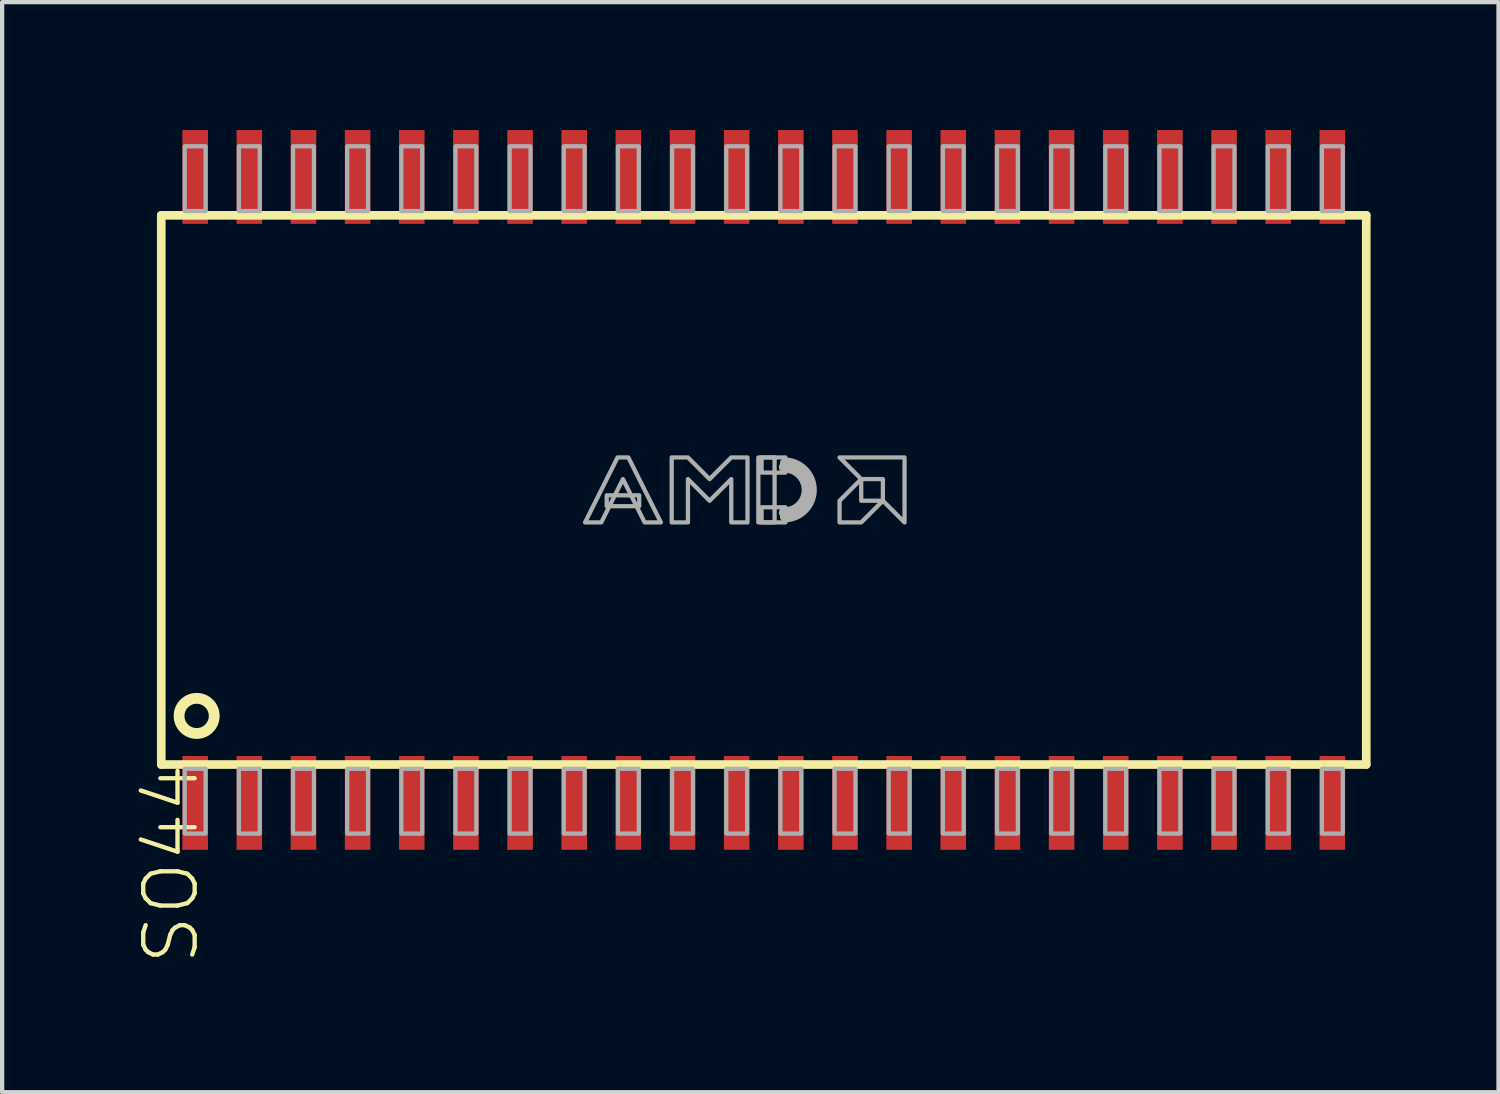
<source format=kicad_pcb>
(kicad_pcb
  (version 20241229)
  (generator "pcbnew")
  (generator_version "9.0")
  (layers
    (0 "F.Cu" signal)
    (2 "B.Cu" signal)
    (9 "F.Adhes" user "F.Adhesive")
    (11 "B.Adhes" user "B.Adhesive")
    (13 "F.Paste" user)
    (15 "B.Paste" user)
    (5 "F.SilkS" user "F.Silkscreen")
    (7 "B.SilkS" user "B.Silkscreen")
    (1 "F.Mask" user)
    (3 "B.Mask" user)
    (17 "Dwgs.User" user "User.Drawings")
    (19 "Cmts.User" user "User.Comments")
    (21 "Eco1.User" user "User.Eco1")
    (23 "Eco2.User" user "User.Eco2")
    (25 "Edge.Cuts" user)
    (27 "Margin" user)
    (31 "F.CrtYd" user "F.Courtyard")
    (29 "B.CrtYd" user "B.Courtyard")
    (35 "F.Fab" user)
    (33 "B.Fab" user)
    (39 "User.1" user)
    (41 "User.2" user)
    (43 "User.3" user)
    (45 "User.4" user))
  (footprint "SO44"
    (layer "F.Cu")
    (at 14.862 8.44)
    (property "Reference" "SO44" (at -14.605 6.35 90) (layer "F.SilkS") (effects (font (size 1.206 1.206) (thickness 0.102)) (justify right top)))
    (attr smd)
    (fp_line (start -14.13 -6.44) (end 14.13 -6.44) (stroke (width 0.203) (type solid)) (layer "F.SilkS"))
    (fp_line (start -14.13 6.44) (end -14.13 -6.44) (stroke (width 0.203) (type solid)) (layer "F.SilkS"))
    (fp_line (start 14.13 -6.44) (end 14.13 6.44) (stroke (width 0.203) (type solid)) (layer "F.SilkS"))
    (fp_line (start 14.13 6.44) (end -14.13 6.44) (stroke (width 0.203) (type solid)) (layer "F.SilkS"))
    (fp_circle (center -13.3 5.3) (end -12.888 5.3) (stroke (width 0.254) (type solid)) (fill no) (layer "F.SilkS"))
    (fp_arc (start 0.482598 -0.7366) (mid 1.219199 -0.000001) (end 0.4826 0.7366) (stroke (width 0.0508) (type solid)) (layer "F.Fab"))
    (fp_arc (start 0.482598 -0.635) (mid 1.117599 -0.000001) (end 0.4826 0.635) (stroke (width 0.2032) (type solid)) (layer "F.Fab"))
    (fp_arc (start 0.482598 -0.5334) (mid 1.015999 -0.000001) (end 0.4826 0.5334) (stroke (width 0.254) (type solid)) (layer "F.Fab"))
    (fp_poly (pts (xy -13.58 -6.54) (xy -13.09 -6.54) (xy -13.09 -8.06) (xy -13.58 -8.06)) (stroke (width 0.1) (type solid)) (fill no) (layer "F.Fab"))
    (fp_poly (pts (xy -13.58 8.06) (xy -13.09 8.06) (xy -13.09 6.54) (xy -13.58 6.54)) (stroke (width 0.1) (type solid)) (fill no) (layer "F.Fab"))
    (fp_poly (pts (xy -12.31 -6.54) (xy -11.82 -6.54) (xy -11.82 -8.06) (xy -12.31 -8.06)) (stroke (width 0.1) (type solid)) (fill no) (layer "F.Fab"))
    (fp_poly (pts (xy -12.31 8.06) (xy -11.82 8.06) (xy -11.82 6.54) (xy -12.31 6.54)) (stroke (width 0.1) (type solid)) (fill no) (layer "F.Fab"))
    (fp_poly (pts (xy -11.04 -6.54) (xy -10.55 -6.54) (xy -10.55 -8.06) (xy -11.04 -8.06)) (stroke (width 0.1) (type solid)) (fill no) (layer "F.Fab"))
    (fp_poly (pts (xy -11.04 8.06) (xy -10.55 8.06) (xy -10.55 6.54) (xy -11.04 6.54)) (stroke (width 0.1) (type solid)) (fill no) (layer "F.Fab"))
    (fp_poly (pts (xy -9.77 -6.54) (xy -9.28 -6.54) (xy -9.28 -8.06) (xy -9.77 -8.06)) (stroke (width 0.1) (type solid)) (fill no) (layer "F.Fab"))
    (fp_poly (pts (xy -9.77 8.06) (xy -9.28 8.06) (xy -9.28 6.54) (xy -9.77 6.54)) (stroke (width 0.1) (type solid)) (fill no) (layer "F.Fab"))
    (fp_poly (pts (xy -8.5 -6.54) (xy -8.01 -6.54) (xy -8.01 -8.06) (xy -8.5 -8.06)) (stroke (width 0.1) (type solid)) (fill no) (layer "F.Fab"))
    (fp_poly (pts (xy -8.5 8.06) (xy -8.01 8.06) (xy -8.01 6.54) (xy -8.5 6.54)) (stroke (width 0.1) (type solid)) (fill no) (layer "F.Fab"))
    (fp_poly (pts (xy -7.23 -6.54) (xy -6.74 -6.54) (xy -6.74 -8.06) (xy -7.23 -8.06)) (stroke (width 0.1) (type solid)) (fill no) (layer "F.Fab"))
    (fp_poly (pts (xy -7.23 8.06) (xy -6.74 8.06) (xy -6.74 6.54) (xy -7.23 6.54)) (stroke (width 0.1) (type solid)) (fill no) (layer "F.Fab"))
    (fp_poly (pts (xy -5.96 -6.54) (xy -5.47 -6.54) (xy -5.47 -8.06) (xy -5.96 -8.06)) (stroke (width 0.1) (type solid)) (fill no) (layer "F.Fab"))
    (fp_poly (pts (xy -5.96 8.06) (xy -5.47 8.06) (xy -5.47 6.54) (xy -5.96 6.54)) (stroke (width 0.1) (type solid)) (fill no) (layer "F.Fab"))
    (fp_poly (pts (xy -4.69 -6.54) (xy -4.2 -6.54) (xy -4.2 -8.06) (xy -4.69 -8.06)) (stroke (width 0.1) (type solid)) (fill no) (layer "F.Fab"))
    (fp_poly (pts (xy -4.69 8.06) (xy -4.2 8.06) (xy -4.2 6.54) (xy -4.69 6.54)) (stroke (width 0.1) (type solid)) (fill no) (layer "F.Fab"))
    (fp_poly (pts (xy -3.683 0.381) (xy -2.921 0.381) (xy -2.921 0.127) (xy -3.683 0.127)) (stroke (width 0.1) (type solid)) (fill no) (layer "F.Fab"))
    (fp_poly (pts (xy -3.42 -6.54) (xy -2.93 -6.54) (xy -2.93 -8.06) (xy -3.42 -8.06)) (stroke (width 0.1) (type solid)) (fill no) (layer "F.Fab"))
    (fp_poly (pts (xy -3.42 8.06) (xy -2.93 8.06) (xy -2.93 6.54) (xy -3.42 6.54)) (stroke (width 0.1) (type solid)) (fill no) (layer "F.Fab"))
    (fp_poly (pts (xy -2.15 -6.54) (xy -1.66 -6.54) (xy -1.66 -8.06) (xy -2.15 -8.06)) (stroke (width 0.1) (type solid)) (fill no) (layer "F.Fab"))
    (fp_poly (pts (xy -2.15 8.06) (xy -1.66 8.06) (xy -1.66 6.54) (xy -2.15 6.54)) (stroke (width 0.1) (type solid)) (fill no) (layer "F.Fab"))
    (fp_poly (pts (xy -0.88 -6.54) (xy -0.39 -6.54) (xy -0.39 -8.06) (xy -0.88 -8.06)) (stroke (width 0.1) (type solid)) (fill no) (layer "F.Fab"))
    (fp_poly (pts (xy -0.88 8.06) (xy -0.39 8.06) (xy -0.39 6.54) (xy -0.88 6.54)) (stroke (width 0.1) (type solid)) (fill no) (layer "F.Fab"))
    (fp_poly (pts (xy -0.127 0.762) (xy 0.254 0.762) (xy 0.254 -0.762) (xy -0.127 -0.762)) (stroke (width 0.1) (type solid)) (fill no) (layer "F.Fab"))
    (fp_poly (pts (xy -0.051 -0.406) (xy 0.508 -0.406) (xy 0.508 -0.762) (xy -0.051 -0.762)) (stroke (width 0.1) (type solid)) (fill no) (layer "F.Fab"))
    (fp_poly (pts (xy -0.051 0.762) (xy 0.508 0.762) (xy 0.508 0.406) (xy -0.051 0.406)) (stroke (width 0.1) (type solid)) (fill no) (layer "F.Fab"))
    (fp_poly (pts (xy 0.39 -6.54) (xy 0.88 -6.54) (xy 0.88 -8.06) (xy 0.39 -8.06)) (stroke (width 0.1) (type solid)) (fill no) (layer "F.Fab"))
    (fp_poly (pts (xy 0.39 8.06) (xy 0.88 8.06) (xy 0.88 6.54) (xy 0.39 6.54)) (stroke (width 0.1) (type solid)) (fill no) (layer "F.Fab"))
    (fp_poly (pts (xy 1.66 -6.54) (xy 2.15 -6.54) (xy 2.15 -8.06) (xy 1.66 -8.06)) (stroke (width 0.1) (type solid)) (fill no) (layer "F.Fab"))
    (fp_poly (pts (xy 1.66 8.06) (xy 2.15 8.06) (xy 2.15 6.54) (xy 1.66 6.54)) (stroke (width 0.1) (type solid)) (fill no) (layer "F.Fab"))
    (fp_poly (pts (xy 2.93 -6.54) (xy 3.42 -6.54) (xy 3.42 -8.06) (xy 2.93 -8.06)) (stroke (width 0.1) (type solid)) (fill no) (layer "F.Fab"))
    (fp_poly (pts (xy 2.93 8.06) (xy 3.42 8.06) (xy 3.42 6.54) (xy 2.93 6.54)) (stroke (width 0.1) (type solid)) (fill no) (layer "F.Fab"))
    (fp_poly (pts (xy 4.2 -6.54) (xy 4.69 -6.54) (xy 4.69 -8.06) (xy 4.2 -8.06)) (stroke (width 0.1) (type solid)) (fill no) (layer "F.Fab"))
    (fp_poly (pts (xy 4.2 8.06) (xy 4.69 8.06) (xy 4.69 6.54) (xy 4.2 6.54)) (stroke (width 0.1) (type solid)) (fill no) (layer "F.Fab"))
    (fp_poly (pts (xy 5.47 -6.54) (xy 5.96 -6.54) (xy 5.96 -8.06) (xy 5.47 -8.06)) (stroke (width 0.1) (type solid)) (fill no) (layer "F.Fab"))
    (fp_poly (pts (xy 5.47 8.06) (xy 5.96 8.06) (xy 5.96 6.54) (xy 5.47 6.54)) (stroke (width 0.1) (type solid)) (fill no) (layer "F.Fab"))
    (fp_poly (pts (xy 6.74 -6.54) (xy 7.23 -6.54) (xy 7.23 -8.06) (xy 6.74 -8.06)) (stroke (width 0.1) (type solid)) (fill no) (layer "F.Fab"))
    (fp_poly (pts (xy 6.74 8.06) (xy 7.23 8.06) (xy 7.23 6.54) (xy 6.74 6.54)) (stroke (width 0.1) (type solid)) (fill no) (layer "F.Fab"))
    (fp_poly (pts (xy 8.01 -6.54) (xy 8.5 -6.54) (xy 8.5 -8.06) (xy 8.01 -8.06)) (stroke (width 0.1) (type solid)) (fill no) (layer "F.Fab"))
    (fp_poly (pts (xy 8.01 8.06) (xy 8.5 8.06) (xy 8.5 6.54) (xy 8.01 6.54)) (stroke (width 0.1) (type solid)) (fill no) (layer "F.Fab"))
    (fp_poly (pts (xy 9.28 -6.54) (xy 9.77 -6.54) (xy 9.77 -8.06) (xy 9.28 -8.06)) (stroke (width 0.1) (type solid)) (fill no) (layer "F.Fab"))
    (fp_poly (pts (xy 9.28 8.06) (xy 9.77 8.06) (xy 9.77 6.54) (xy 9.28 6.54)) (stroke (width 0.1) (type solid)) (fill no) (layer "F.Fab"))
    (fp_poly (pts (xy 10.55 -6.54) (xy 11.04 -6.54) (xy 11.04 -8.06) (xy 10.55 -8.06)) (stroke (width 0.1) (type solid)) (fill no) (layer "F.Fab"))
    (fp_poly (pts (xy 10.55 8.06) (xy 11.04 8.06) (xy 11.04 6.54) (xy 10.55 6.54)) (stroke (width 0.1) (type solid)) (fill no) (layer "F.Fab"))
    (fp_poly (pts (xy 11.82 -6.54) (xy 12.31 -6.54) (xy 12.31 -8.06) (xy 11.82 -8.06)) (stroke (width 0.1) (type solid)) (fill no) (layer "F.Fab"))
    (fp_poly (pts (xy 11.82 8.06) (xy 12.31 8.06) (xy 12.31 6.54) (xy 11.82 6.54)) (stroke (width 0.1) (type solid)) (fill no) (layer "F.Fab"))
    (fp_poly (pts (xy 13.09 -6.54) (xy 13.58 -6.54) (xy 13.58 -8.06) (xy 13.09 -8.06)) (stroke (width 0.1) (type solid)) (fill no) (layer "F.Fab"))
    (fp_poly (pts (xy 13.09 8.06) (xy 13.58 8.06) (xy 13.58 6.54) (xy 13.09 6.54)) (stroke (width 0.1) (type solid)) (fill no) (layer "F.Fab"))
    (fp_poly (pts (xy 1.778 -0.762) (xy 3.302 -0.762) (xy 3.302 0.762) (xy 2.794 0.254) (xy 2.794 -0.254) (xy 2.286 -0.254)) (stroke (width 0.1) (type solid)) (fill no) (layer "F.Fab"))
    (fp_poly (pts (xy 2.286 -0.254) (xy 1.778 0.254) (xy 1.778 0.762) (xy 2.286 0.762) (xy 2.794 0.254) (xy 2.286 0.254)) (stroke (width 0.1) (type solid)) (fill no) (layer "F.Fab"))
    (fp_poly (pts (xy -4.191 0.762) (xy -3.429 -0.762) (xy -3.175 -0.762) (xy -2.413 0.762) (xy -2.794 0.762) (xy -3.302 -0.254) (xy -3.81 0.762)) (stroke (width 0.1) (type solid)) (fill no) (layer "F.Fab"))
    (fp_poly (pts (xy -2.159 0.762) (xy -2.159 -0.762) (xy -1.778 -0.762) (xy -1.27 -0.254) (xy -0.762 -0.762) (xy -0.381 -0.762) (xy -0.381 0.762) (xy -0.762 0.762) (xy -0.762 -0.254) (xy -1.27 0.254) (xy -1.778 -0.254) (xy -1.778 0.762)) (stroke (width 0.1) (type solid)) (fill no) (layer "F.Fab"))
    (pad "1" smd rect (at -13.335 7.34) (size 0.6 2.2) (layers "F.Cu" "F.Mask" "F.Paste"))
    (pad "2" smd rect (at -12.065 7.34) (size 0.6 2.2) (layers "F.Cu" "F.Mask" "F.Paste"))
    (pad "3" smd rect (at -10.795 7.34) (size 0.6 2.2) (layers "F.Cu" "F.Mask" "F.Paste"))
    (pad "4" smd rect (at -9.525 7.34) (size 0.6 2.2) (layers "F.Cu" "F.Mask" "F.Paste"))
    (pad "5" smd rect (at -8.255 7.34) (size 0.6 2.2) (layers "F.Cu" "F.Mask" "F.Paste"))
    (pad "6" smd rect (at -6.985 7.34) (size 0.6 2.2) (layers "F.Cu" "F.Mask" "F.Paste"))
    (pad "7" smd rect (at -5.715 7.34) (size 0.6 2.2) (layers "F.Cu" "F.Mask" "F.Paste"))
    (pad "8" smd rect (at -4.445 7.34) (size 0.6 2.2) (layers "F.Cu" "F.Mask" "F.Paste"))
    (pad "9" smd rect (at -3.175 7.34) (size 0.6 2.2) (layers "F.Cu" "F.Mask" "F.Paste"))
    (pad "10" smd rect (at -1.905 7.34) (size 0.6 2.2) (layers "F.Cu" "F.Mask" "F.Paste"))
    (pad "11" smd rect (at -0.635 7.34) (size 0.6 2.2) (layers "F.Cu" "F.Mask" "F.Paste"))
    (pad "12" smd rect (at 0.635 7.34) (size 0.6 2.2) (layers "F.Cu" "F.Mask" "F.Paste"))
    (pad "13" smd rect (at 1.905 7.34) (size 0.6 2.2) (layers "F.Cu" "F.Mask" "F.Paste"))
    (pad "14" smd rect (at 3.175 7.34) (size 0.6 2.2) (layers "F.Cu" "F.Mask" "F.Paste"))
    (pad "15" smd rect (at 4.445 7.34) (size 0.6 2.2) (layers "F.Cu" "F.Mask" "F.Paste"))
    (pad "16" smd rect (at 5.715 7.34) (size 0.6 2.2) (layers "F.Cu" "F.Mask" "F.Paste"))
    (pad "17" smd rect (at 6.985 7.34) (size 0.6 2.2) (layers "F.Cu" "F.Mask" "F.Paste"))
    (pad "18" smd rect (at 8.255 7.34) (size 0.6 2.2) (layers "F.Cu" "F.Mask" "F.Paste"))
    (pad "19" smd rect (at 9.525 7.34) (size 0.6 2.2) (layers "F.Cu" "F.Mask" "F.Paste"))
    (pad "20" smd rect (at 10.795 7.34) (size 0.6 2.2) (layers "F.Cu" "F.Mask" "F.Paste"))
    (pad "21" smd rect (at 12.065 7.34) (size 0.6 2.2) (layers "F.Cu" "F.Mask" "F.Paste"))
    (pad "22" smd rect (at 13.335 7.34) (size 0.6 2.2) (layers "F.Cu" "F.Mask" "F.Paste"))
    (pad "23" smd rect (at 13.335 -7.34) (size 0.6 2.2) (layers "F.Cu" "F.Mask" "F.Paste"))
    (pad "24" smd rect (at 12.065 -7.34) (size 0.6 2.2) (layers "F.Cu" "F.Mask" "F.Paste"))
    (pad "25" smd rect (at 10.795 -7.34) (size 0.6 2.2) (layers "F.Cu" "F.Mask" "F.Paste"))
    (pad "26" smd rect (at 9.525 -7.34) (size 0.6 2.2) (layers "F.Cu" "F.Mask" "F.Paste"))
    (pad "27" smd rect (at 8.255 -7.34) (size 0.6 2.2) (layers "F.Cu" "F.Mask" "F.Paste"))
    (pad "28" smd rect (at 6.985 -7.34) (size 0.6 2.2) (layers "F.Cu" "F.Mask" "F.Paste"))
    (pad "29" smd rect (at 5.715 -7.34) (size 0.6 2.2) (layers "F.Cu" "F.Mask" "F.Paste"))
    (pad "30" smd rect (at 4.445 -7.34) (size 0.6 2.2) (layers "F.Cu" "F.Mask" "F.Paste"))
    (pad "31" smd rect (at 3.175 -7.34) (size 0.6 2.2) (layers "F.Cu" "F.Mask" "F.Paste"))
    (pad "32" smd rect (at 1.905 -7.34) (size 0.6 2.2) (layers "F.Cu" "F.Mask" "F.Paste"))
    (pad "33" smd rect (at 0.635 -7.34) (size 0.6 2.2) (layers "F.Cu" "F.Mask" "F.Paste"))
    (pad "34" smd rect (at -0.635 -7.34) (size 0.6 2.2) (layers "F.Cu" "F.Mask" "F.Paste"))
    (pad "35" smd rect (at -1.905 -7.34) (size 0.6 2.2) (layers "F.Cu" "F.Mask" "F.Paste"))
    (pad "36" smd rect (at -3.175 -7.34) (size 0.6 2.2) (layers "F.Cu" "F.Mask" "F.Paste"))
    (pad "37" smd rect (at -4.445 -7.34) (size 0.6 2.2) (layers "F.Cu" "F.Mask" "F.Paste"))
    (pad "38" smd rect (at -5.715 -7.34) (size 0.6 2.2) (layers "F.Cu" "F.Mask" "F.Paste"))
    (pad "39" smd rect (at -6.985 -7.34) (size 0.6 2.2) (layers "F.Cu" "F.Mask" "F.Paste"))
    (pad "40" smd rect (at -8.255 -7.34) (size 0.6 2.2) (layers "F.Cu" "F.Mask" "F.Paste"))
    (pad "41" smd rect (at -9.525 -7.34) (size 0.6 2.2) (layers "F.Cu" "F.Mask" "F.Paste"))
    (pad "42" smd rect (at -10.795 -7.34) (size 0.6 2.2) (layers "F.Cu" "F.Mask" "F.Paste"))
    (pad "43" smd rect (at -12.065 -7.34) (size 0.6 2.2) (layers "F.Cu" "F.Mask" "F.Paste"))
    (pad "44" smd rect (at -13.335 -7.34) (size 0.6 2.2) (layers "F.Cu" "F.Mask" "F.Paste")))
  (gr_rect
    (start -3 -3)
    (end 32.094 22.565)
    (stroke (width 0.1) (type default))
    (fill no)
    (layer "Edge.Cuts")))
</source>
